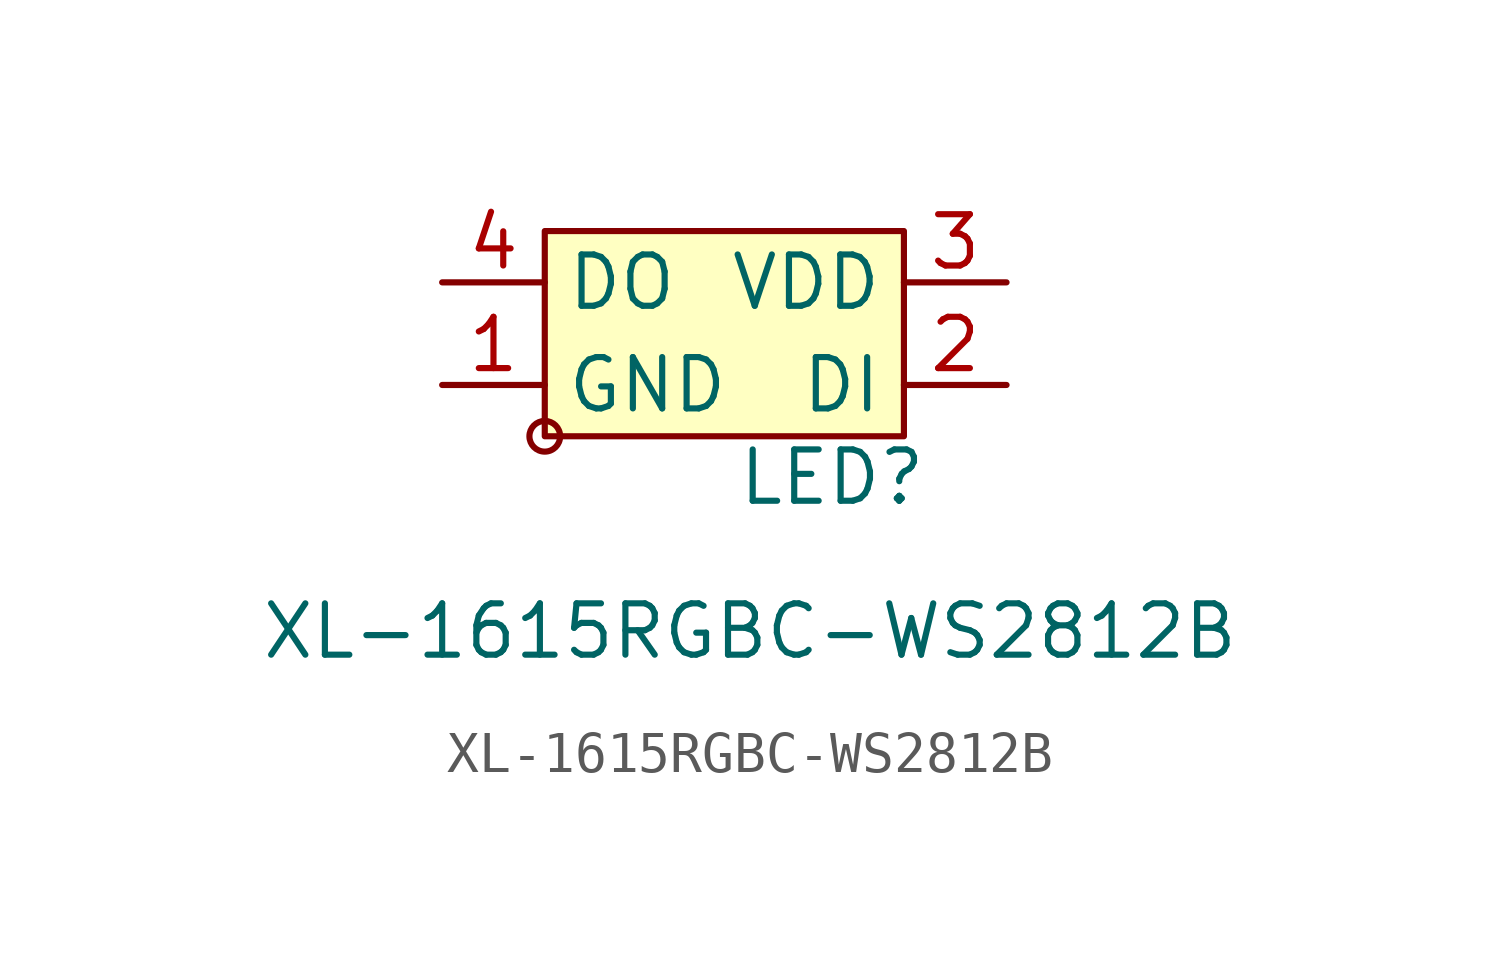
<source format=kicad_sym>
(kicad_symbol_lib
  (version 20241209)
  (generator "kicad_symbol_editor")
  (generator_version "9.0")
  (symbol "XL-1615RGBC-WS2812B"
    (property "Reference" "LED"
      (at 2.032 -3.556 0)
      (effects (font (size 1.27 1.27))))
    (property "Value" "XL-1615RGBC-WS2812B"
      (at 0 -7.366 0)
      (effects (font (size 1.27 1.27))))
    (symbol "XL-1615RGBC-WS2812B_0_1"
      (rectangle (start -5.08 2.54) (end 3.81 -2.54) (stroke (width 0) (type default)) (fill (type background)))
      (circle (center -5.08 -2.54) (radius 0.38) (stroke (width 0) (type default)) (fill (type none))))
    (symbol "XL-1615RGBC-WS2812B_1_1"
      (pin output line (at -7.62 1.27 0) (length 2.54) (name "DO" (effects (font (size 1.27 1.27)))) (number "4" (effects (font (size 1.27 1.27)))))
      (pin power_in line (at -7.62 -1.27 0) (length 2.54) (name "GND" (effects (font (size 1.27 1.27)))) (number "1" (effects (font (size 1.27 1.27)))))
      (pin power_in line (at 6.35 1.27 180) (length 2.54) (name "VDD" (effects (font (size 1.27 1.27)))) (number "3" (effects (font (size 1.27 1.27)))))
      (pin input line (at 6.35 -1.27 180) (length 2.54) (name "DI" (effects (font (size 1.27 1.27)))) (number "2" (effects (font (size 1.27 1.27))))))))
</source>
